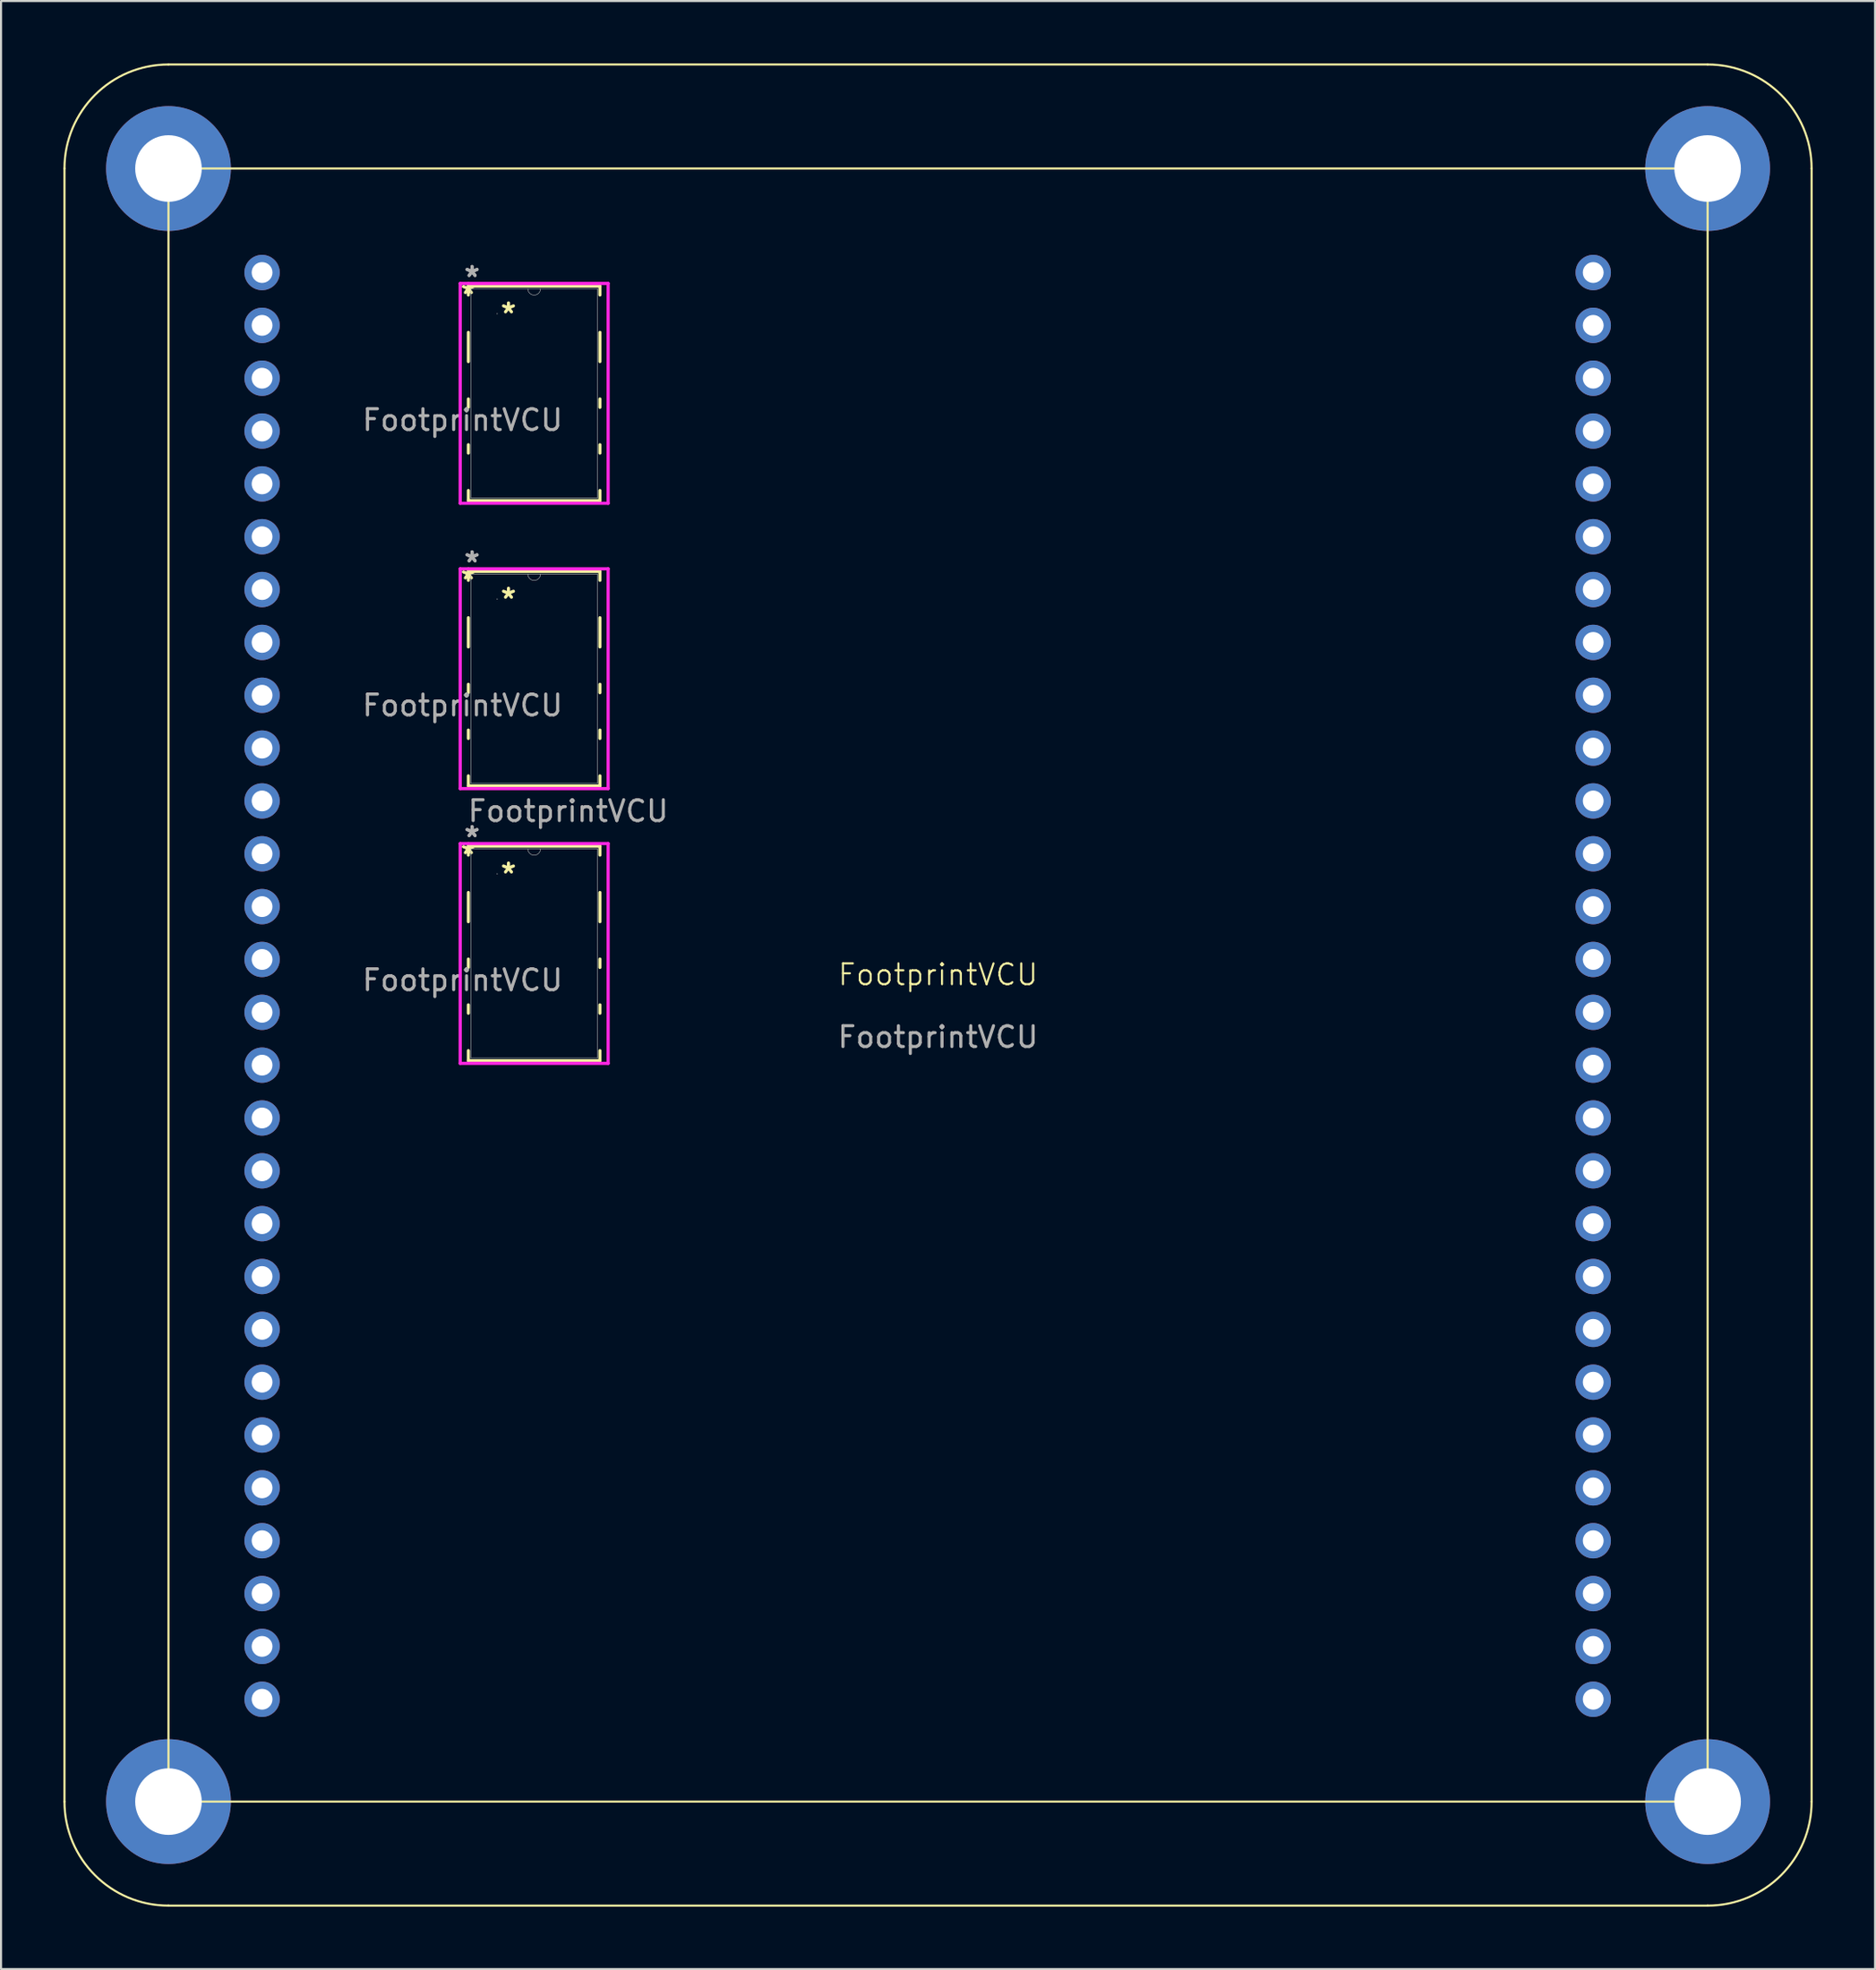
<source format=kicad_pcb>
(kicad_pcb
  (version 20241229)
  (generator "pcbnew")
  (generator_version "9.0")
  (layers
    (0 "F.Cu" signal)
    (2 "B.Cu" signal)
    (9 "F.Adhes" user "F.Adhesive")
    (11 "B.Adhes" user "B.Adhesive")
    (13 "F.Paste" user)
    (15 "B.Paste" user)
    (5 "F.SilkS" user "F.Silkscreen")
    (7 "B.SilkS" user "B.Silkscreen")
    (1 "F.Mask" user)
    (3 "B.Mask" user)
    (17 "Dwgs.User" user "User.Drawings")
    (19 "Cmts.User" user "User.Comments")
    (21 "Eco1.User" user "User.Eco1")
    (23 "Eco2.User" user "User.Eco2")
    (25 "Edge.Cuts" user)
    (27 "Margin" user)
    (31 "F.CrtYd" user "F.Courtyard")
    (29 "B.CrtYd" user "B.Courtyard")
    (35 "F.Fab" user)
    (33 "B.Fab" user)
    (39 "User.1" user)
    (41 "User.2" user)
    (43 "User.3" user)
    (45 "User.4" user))
  (footprint "FootprintVCU"
    (layer "F.Cu")
    (at 42.05 44.3)
    (property "Reference" "FootprintVCU" (at 0 -0.5 0) (unlocked yes) (layer "F.SilkS") (effects (font (size 1 1) (thickness 0.1))))
    (attr through_hole)
    (fp_line (start -42 -39.25) (end -42 39.25) (stroke (width 0.1) (type default)) (layer "F.SilkS"))
    (fp_line (start -37 44.25) (end 37 44.25) (stroke (width 0.1) (type default)) (layer "F.SilkS"))
    (fp_line (start -22.581 -33.598) (end -22.581 -33.172) (stroke (width 0.152) (type solid)) (layer "F.SilkS"))
    (fp_line (start -22.581 -31.371) (end -22.581 -29.972) (stroke (width 0.152) (type solid)) (layer "F.SilkS"))
    (fp_line (start -22.581 -28.171) (end -22.581 -27.772) (stroke (width 0.152) (type solid)) (layer "F.SilkS"))
    (fp_line (start -22.581 -25.971) (end -22.581 -25.572) (stroke (width 0.152) (type solid)) (layer "F.SilkS"))
    (fp_line (start -22.581 -23.771) (end -22.581 -23.286) (stroke (width 0.152) (type solid)) (layer "F.SilkS"))
    (fp_line (start -22.581 -23.286) (end -16.256 -23.286) (stroke (width 0.152) (type solid)) (layer "F.SilkS"))
    (fp_line (start -22.581 -19.882) (end -22.581 -19.456) (stroke (width 0.152) (type solid)) (layer "F.SilkS"))
    (fp_line (start -22.581 -17.655) (end -22.581 -16.256) (stroke (width 0.152) (type solid)) (layer "F.SilkS"))
    (fp_line (start -22.581 -14.455) (end -22.581 -14.056) (stroke (width 0.152) (type solid)) (layer "F.SilkS"))
    (fp_line (start -22.581 -12.255) (end -22.581 -11.856) (stroke (width 0.152) (type solid)) (layer "F.SilkS"))
    (fp_line (start -22.581 -10.055) (end -22.581 -9.57) (stroke (width 0.152) (type solid)) (layer "F.SilkS"))
    (fp_line (start -22.581 -9.57) (end -16.256 -9.57) (stroke (width 0.152) (type solid)) (layer "F.SilkS"))
    (fp_line (start -22.581 -6.674) (end -22.581 -6.248) (stroke (width 0.152) (type solid)) (layer "F.SilkS"))
    (fp_line (start -22.581 -4.447) (end -22.581 -3.048) (stroke (width 0.152) (type solid)) (layer "F.SilkS"))
    (fp_line (start -22.581 -1.247) (end -22.581 -0.848) (stroke (width 0.152) (type solid)) (layer "F.SilkS"))
    (fp_line (start -22.581 0.953) (end -22.581 1.352) (stroke (width 0.152) (type solid)) (layer "F.SilkS"))
    (fp_line (start -22.581 3.153) (end -22.581 3.638) (stroke (width 0.152) (type solid)) (layer "F.SilkS"))
    (fp_line (start -22.581 3.638) (end -16.256 3.638) (stroke (width 0.152) (type solid)) (layer "F.SilkS"))
    (fp_line (start -16.256 -33.598) (end -22.581 -33.598) (stroke (width 0.152) (type solid)) (layer "F.SilkS"))
    (fp_line (start -16.256 -33.172) (end -16.256 -33.598) (stroke (width 0.152) (type solid)) (layer "F.SilkS"))
    (fp_line (start -16.256 -29.972) (end -16.256 -31.371) (stroke (width 0.152) (type solid)) (layer "F.SilkS"))
    (fp_line (start -16.256 -27.772) (end -16.256 -28.171) (stroke (width 0.152) (type solid)) (layer "F.SilkS"))
    (fp_line (start -16.256 -25.572) (end -16.256 -25.971) (stroke (width 0.152) (type solid)) (layer "F.SilkS"))
    (fp_line (start -16.256 -23.286) (end -16.256 -23.771) (stroke (width 0.152) (type solid)) (layer "F.SilkS"))
    (fp_line (start -16.256 -19.882) (end -22.581 -19.882) (stroke (width 0.152) (type solid)) (layer "F.SilkS"))
    (fp_line (start -16.256 -19.456) (end -16.256 -19.882) (stroke (width 0.152) (type solid)) (layer "F.SilkS"))
    (fp_line (start -16.256 -16.256) (end -16.256 -17.655) (stroke (width 0.152) (type solid)) (layer "F.SilkS"))
    (fp_line (start -16.256 -14.056) (end -16.256 -14.455) (stroke (width 0.152) (type solid)) (layer "F.SilkS"))
    (fp_line (start -16.256 -11.856) (end -16.256 -12.255) (stroke (width 0.152) (type solid)) (layer "F.SilkS"))
    (fp_line (start -16.256 -9.57) (end -16.256 -10.055) (stroke (width 0.152) (type solid)) (layer "F.SilkS"))
    (fp_line (start -16.256 -6.674) (end -22.581 -6.674) (stroke (width 0.152) (type solid)) (layer "F.SilkS"))
    (fp_line (start -16.256 -6.248) (end -16.256 -6.674) (stroke (width 0.152) (type solid)) (layer "F.SilkS"))
    (fp_line (start -16.256 -3.048) (end -16.256 -4.447) (stroke (width 0.152) (type solid)) (layer "F.SilkS"))
    (fp_line (start -16.256 -0.848) (end -16.256 -1.247) (stroke (width 0.152) (type solid)) (layer "F.SilkS"))
    (fp_line (start -16.256 1.352) (end -16.256 0.953) (stroke (width 0.152) (type solid)) (layer "F.SilkS"))
    (fp_line (start -16.256 3.638) (end -16.256 3.153) (stroke (width 0.152) (type solid)) (layer "F.SilkS"))
    (fp_line (start 37 -44.25) (end -37 -44.25) (stroke (width 0.1) (type default)) (layer "F.SilkS"))
    (fp_line (start 42 39.25) (end 42 -39.25) (stroke (width 0.1) (type default)) (layer "F.SilkS"))
    (fp_rect (start -37 -39.25) (end 37 39.25) (stroke (width 0.1) (type default)) (fill no) (layer "F.SilkS"))
    (fp_arc (start -42 -39.25) (mid -40.535534 -42.785534) (end -37 -44.25) (stroke (width 0.1) (type default)) (layer "F.SilkS"))
    (fp_arc (start -37 44.25) (mid -40.535534 42.785534) (end -42 39.25) (stroke (width 0.1) (type default)) (layer "F.SilkS"))
    (fp_arc (start 37 -44.25) (mid 40.535534 -42.785534) (end 42 -39.25) (stroke (width 0.1) (type default)) (layer "F.SilkS"))
    (fp_arc (start 42 39.25) (mid 40.535534 42.785534) (end 37 44.25) (stroke (width 0.1) (type default)) (layer "F.SilkS"))
    (fp_line (start -22.974 -33.725) (end -15.862 -33.725) (stroke (width 0.152) (type solid)) (layer "F.CrtYd"))
    (fp_line (start -22.974 -23.159) (end -22.974 -33.725) (stroke (width 0.152) (type solid)) (layer "F.CrtYd"))
    (fp_line (start -22.974 -20.009) (end -15.862 -20.009) (stroke (width 0.152) (type solid)) (layer "F.CrtYd"))
    (fp_line (start -22.974 -9.443) (end -22.974 -20.009) (stroke (width 0.152) (type solid)) (layer "F.CrtYd"))
    (fp_line (start -22.974 -6.801) (end -15.862 -6.801) (stroke (width 0.152) (type solid)) (layer "F.CrtYd"))
    (fp_line (start -22.974 3.765) (end -22.974 -6.801) (stroke (width 0.152) (type solid)) (layer "F.CrtYd"))
    (fp_line (start -15.862 -33.725) (end -15.862 -23.159) (stroke (width 0.152) (type solid)) (layer "F.CrtYd"))
    (fp_line (start -15.862 -23.159) (end -22.974 -23.159) (stroke (width 0.152) (type solid)) (layer "F.CrtYd"))
    (fp_line (start -15.862 -20.009) (end -15.862 -9.443) (stroke (width 0.152) (type solid)) (layer "F.CrtYd"))
    (fp_line (start -15.862 -9.443) (end -22.974 -9.443) (stroke (width 0.152) (type solid)) (layer "F.CrtYd"))
    (fp_line (start -15.862 -6.801) (end -15.862 3.765) (stroke (width 0.152) (type solid)) (layer "F.CrtYd"))
    (fp_line (start -15.862 3.765) (end -22.974 3.765) (stroke (width 0.152) (type solid)) (layer "F.CrtYd"))
    (fp_line (start -22.454 -33.471) (end -22.454 -23.413) (stroke (width 0.025) (type solid)) (layer "F.Fab"))
    (fp_line (start -22.454 -23.413) (end -16.383 -23.413) (stroke (width 0.025) (type solid)) (layer "F.Fab"))
    (fp_line (start -22.454 -19.755) (end -22.454 -9.697) (stroke (width 0.025) (type solid)) (layer "F.Fab"))
    (fp_line (start -22.454 -9.697) (end -16.383 -9.697) (stroke (width 0.025) (type solid)) (layer "F.Fab"))
    (fp_line (start -22.454 -6.547) (end -22.454 3.511) (stroke (width 0.025) (type solid)) (layer "F.Fab"))
    (fp_line (start -22.454 3.511) (end -16.383 3.511) (stroke (width 0.025) (type solid)) (layer "F.Fab"))
    (fp_line (start -16.383 -33.471) (end -22.454 -33.471) (stroke (width 0.025) (type solid)) (layer "F.Fab"))
    (fp_line (start -16.383 -23.413) (end -16.383 -33.471) (stroke (width 0.025) (type solid)) (layer "F.Fab"))
    (fp_line (start -16.383 -19.755) (end -22.454 -19.755) (stroke (width 0.025) (type solid)) (layer "F.Fab"))
    (fp_line (start -16.383 -9.697) (end -16.383 -19.755) (stroke (width 0.025) (type solid)) (layer "F.Fab"))
    (fp_line (start -16.383 -6.547) (end -22.454 -6.547) (stroke (width 0.025) (type solid)) (layer "F.Fab"))
    (fp_line (start -16.383 3.511) (end -16.383 -6.547) (stroke (width 0.025) (type solid)) (layer "F.Fab"))
    (fp_arc (start -19.1135 -33.471336) (mid -19.4183 -33.166536) (end -19.7231 -33.471336) (stroke (width 0.0254) (type solid)) (layer "F.Fab"))
    (fp_arc (start -19.1135 -19.755336) (mid -19.4183 -19.450536) (end -19.7231 -19.755336) (stroke (width 0.0254) (type solid)) (layer "F.Fab"))
    (fp_arc (start -19.1135 -6.547336) (mid -19.4183 -6.242536) (end -19.7231 -6.547336) (stroke (width 0.0254) (type solid)) (layer "F.Fab"))
    (fp_circle (center -21.196 -32.271) (end -21.196 -32.271) (stroke (width 0.025) (type solid)) (fill no) (layer "F.Fab"))
    (fp_circle (center -21.196 -18.555) (end -21.196 -18.555) (stroke (width 0.025) (type solid)) (fill no) (layer "F.Fab"))
    (fp_circle (center -21.196 -5.347) (end -21.196 -5.347) (stroke (width 0.025) (type solid)) (fill no) (layer "F.Fab"))
    (fp_text user "*" (at -22.581 -19.456 0) (unlocked yes) (layer "F.SilkS") (effects (font (size 1 1) (thickness 0.15))))
    (fp_text user "*" (at -20.653 -32.244 0) (layer "F.SilkS") (effects (font (size 1 1) (thickness 0.15))))
    (fp_text user "*" (at -20.653 -18.528 0) (layer "F.SilkS") (effects (font (size 1 1) (thickness 0.15))))
    (fp_text user "*" (at -22.581 -6.248 0) (unlocked yes) (layer "F.SilkS") (effects (font (size 1 1) (thickness 0.15))))
    (fp_text user "*" (at -20.653 -5.32 0) (layer "F.SilkS") (effects (font (size 1 1) (thickness 0.15))))
    (fp_text user "*" (at -22.581 -33.172 0) (unlocked yes) (layer "F.SilkS") (effects (font (size 1 1) (thickness 0.15))))
    (fp_text user "*" (at -22.403 -33.994 0) (layer "F.Fab") (effects (font (size 1 1) (thickness 0.15))))
    (fp_text user "*" (at -22.403 -7.07 0) (unlocked yes) (layer "F.Fab") (effects (font (size 1 1) (thickness 0.15))))
    (fp_text user "*" (at -22.403 -20.278 0) (unlocked yes) (layer "F.Fab") (effects (font (size 1 1) (thickness 0.15))))
    (fp_text user "${REFERENCE}" (at -22.86 -0.235 0) (unlocked yes) (layer "F.Fab") (effects (font (size 1 1) (thickness 0.15))))
    (fp_text user "*" (at -22.403 -7.07 0) (layer "F.Fab") (effects (font (size 1 1) (thickness 0.15))))
    (fp_text user "${REFERENCE}" (at -22.86 -27.159 0) (unlocked yes) (layer "F.Fab") (effects (font (size 1 1) (thickness 0.15))))
    (fp_text user "${REFERENCE}" (at 0 2.5 0) (unlocked yes) (layer "F.Fab") (effects (font (size 1 1) (thickness 0.15))))
    (fp_text user "${REFERENCE}" (at -22.86 -13.443 0) (unlocked yes) (layer "F.Fab") (effects (font (size 1 1) (thickness 0.15))))
    (fp_text user "*" (at -22.403 -20.278 0) (layer "F.Fab") (effects (font (size 1 1) (thickness 0.15))))
    (fp_text user "*" (at -22.403 -33.994 0) (unlocked yes) (layer "F.Fab") (effects (font (size 1 1) (thickness 0.15))))
    (fp_text user "${REFERENCE}" (at -17.78 -8.363 0) (unlocked yes) (layer "F.Fab") (effects (font (size 1 1) (thickness 0.15))))
    (pad "1" thru_hole circle (at -32.5 -34.25) (size 1.7 1.7) (drill 1) (layers "*.Cu" "*.Mask"))
    (pad "2" thru_hole circle (at -32.5 -31.71) (size 1.7 1.7) (drill 1) (layers "*.Cu" "*.Mask"))
    (pad "3" thru_hole circle (at -32.5 -29.17) (size 1.7 1.7) (drill 1) (layers "*.Cu" "*.Mask"))
    (pad "4" thru_hole circle (at -32.5 -26.63) (size 1.7 1.7) (drill 1) (layers "*.Cu" "*.Mask"))
    (pad "5" thru_hole circle (at -32.5 -24.09) (size 1.7 1.7) (drill 1) (layers "*.Cu" "*.Mask"))
    (pad "6" thru_hole circle (at -32.5 -21.55) (size 1.7 1.7) (drill 1) (layers "*.Cu" "*.Mask"))
    (pad "7" thru_hole circle (at -32.5 -19.01) (size 1.7 1.7) (drill 1) (layers "*.Cu" "*.Mask"))
    (pad "8" thru_hole circle (at -32.5 -16.47) (size 1.7 1.7) (drill 1) (layers "*.Cu" "*.Mask"))
    (pad "9" thru_hole circle (at -32.5 -13.93) (size 1.7 1.7) (drill 1) (layers "*.Cu" "*.Mask"))
    (pad "10" thru_hole circle (at -32.5 -11.39) (size 1.7 1.7) (drill 1) (layers "*.Cu" "*.Mask"))
    (pad "11" thru_hole circle (at -32.5 -8.85) (size 1.7 1.7) (drill 1) (layers "*.Cu" "*.Mask"))
    (pad "12" thru_hole circle (at -32.5 -6.31) (size 1.7 1.7) (drill 1) (layers "*.Cu" "*.Mask"))
    (pad "13" thru_hole circle (at -32.5 -3.77) (size 1.7 1.7) (drill 1) (layers "*.Cu" "*.Mask"))
    (pad "14" thru_hole circle (at -32.5 -1.23) (size 1.7 1.7) (drill 1) (layers "*.Cu" "*.Mask"))
    (pad "15" thru_hole circle (at -32.5 1.31) (size 1.7 1.7) (drill 1) (layers "*.Cu" "*.Mask"))
    (pad "16" thru_hole circle (at -32.5 3.85) (size 1.7 1.7) (drill 1) (layers "*.Cu" "*.Mask"))
    (pad "17" thru_hole circle (at -32.5 6.39) (size 1.7 1.7) (drill 1) (layers "*.Cu" "*.Mask"))
    (pad "18" thru_hole circle (at -32.5 8.93) (size 1.7 1.7) (drill 1) (layers "*.Cu" "*.Mask"))
    (pad "19" thru_hole circle (at -32.5 11.47) (size 1.7 1.7) (drill 1) (layers "*.Cu" "*.Mask"))
    (pad "20" thru_hole circle (at -32.5 14.01) (size 1.7 1.7) (drill 1) (layers "*.Cu" "*.Mask"))
    (pad "21" thru_hole circle (at -32.5 16.55) (size 1.7 1.7) (drill 1) (layers "*.Cu" "*.Mask"))
    (pad "22" thru_hole circle (at -32.5 19.09) (size 1.7 1.7) (drill 1) (layers "*.Cu" "*.Mask"))
    (pad "23" thru_hole circle (at -32.5 21.63) (size 1.7 1.7) (drill 1) (layers "*.Cu" "*.Mask"))
    (pad "24" thru_hole circle (at -32.5 24.17) (size 1.7 1.7) (drill 1) (layers "*.Cu" "*.Mask"))
    (pad "25" thru_hole circle (at -32.5 26.71) (size 1.7 1.7) (drill 1) (layers "*.Cu" "*.Mask"))
    (pad "26" thru_hole circle (at -32.5 29.25) (size 1.7 1.7) (drill 1) (layers "*.Cu" "*.Mask"))
    (pad "27" thru_hole circle (at -32.5 31.79) (size 1.7 1.7) (drill 1) (layers "*.Cu" "*.Mask"))
    (pad "28" thru_hole circle (at -32.5 34.33) (size 1.7 1.7) (drill 1) (layers "*.Cu" "*.Mask"))
    (pad "29" thru_hole circle (at 31.5 -34.25) (size 1.7 1.7) (drill 1) (layers "*.Cu" "*.Mask"))
    (pad "30" thru_hole circle (at 31.5 -31.71) (size 1.7 1.7) (drill 1) (layers "*.Cu" "*.Mask"))
    (pad "31" thru_hole circle (at 31.5 -29.17) (size 1.7 1.7) (drill 1) (layers "*.Cu" "*.Mask"))
    (pad "32" thru_hole circle (at 31.5 -26.63) (size 1.7 1.7) (drill 1) (layers "*.Cu" "*.Mask"))
    (pad "33" thru_hole circle (at 31.5 -24.09) (size 1.7 1.7) (drill 1) (layers "*.Cu" "*.Mask"))
    (pad "34" thru_hole circle (at 31.5 -21.55) (size 1.7 1.7) (drill 1) (layers "*.Cu" "*.Mask"))
    (pad "35" thru_hole circle (at 31.5 -19.01) (size 1.7 1.7) (drill 1) (layers "*.Cu" "*.Mask"))
    (pad "36" thru_hole circle (at 31.5 -16.47) (size 1.7 1.7) (drill 1) (layers "*.Cu" "*.Mask"))
    (pad "37" thru_hole circle (at 31.5 -13.93) (size 1.7 1.7) (drill 1) (layers "*.Cu" "*.Mask"))
    (pad "38" thru_hole circle (at 31.5 -11.39) (size 1.7 1.7) (drill 1) (layers "*.Cu" "*.Mask"))
    (pad "39" thru_hole circle (at 31.5 -8.85) (size 1.7 1.7) (drill 1) (layers "*.Cu" "*.Mask"))
    (pad "40" thru_hole circle (at 31.5 -6.31) (size 1.7 1.7) (drill 1) (layers "*.Cu" "*.Mask"))
    (pad "41" thru_hole circle (at 31.5 -3.77) (size 1.7 1.7) (drill 1) (layers "*.Cu" "*.Mask"))
    (pad "42" thru_hole circle (at 31.5 -1.23) (size 1.7 1.7) (drill 1) (layers "*.Cu" "*.Mask"))
    (pad "43" thru_hole circle (at 31.5 1.31) (size 1.7 1.7) (drill 1) (layers "*.Cu" "*.Mask"))
    (pad "44" thru_hole circle (at 31.5 3.85) (size 1.7 1.7) (drill 1) (layers "*.Cu" "*.Mask"))
    (pad "45" thru_hole circle (at 31.5 6.39) (size 1.7 1.7) (drill 1) (layers "*.Cu" "*.Mask"))
    (pad "46" thru_hole circle (at 31.5 8.93) (size 1.7 1.7) (drill 1) (layers "*.Cu" "*.Mask"))
    (pad "47" thru_hole circle (at 31.5 11.47) (size 1.7 1.7) (drill 1) (layers "*.Cu" "*.Mask"))
    (pad "48" thru_hole circle (at 31.5 14.01) (size 1.7 1.7) (drill 1) (layers "*.Cu" "*.Mask"))
    (pad "49" thru_hole circle (at 31.5 16.55) (size 1.7 1.7) (drill 1) (layers "*.Cu" "*.Mask"))
    (pad "50" thru_hole circle (at 31.5 19.09) (size 1.7 1.7) (drill 1) (layers "*.Cu" "*.Mask"))
    (pad "51" thru_hole circle (at 31.5 21.63) (size 1.7 1.7) (drill 1) (layers "*.Cu" "*.Mask"))
    (pad "52" thru_hole circle (at 31.5 24.17) (size 1.7 1.7) (drill 1) (layers "*.Cu" "*.Mask"))
    (pad "53" thru_hole circle (at 31.5 26.71) (size 1.7 1.7) (drill 1) (layers "*.Cu" "*.Mask"))
    (pad "54" thru_hole circle (at 31.5 29.25) (size 1.7 1.7) (drill 1) (layers "*.Cu" "*.Mask"))
    (pad "55" thru_hole circle (at 31.5 31.79) (size 1.7 1.7) (drill 1) (layers "*.Cu" "*.Mask"))
    (pad "56" thru_hole circle (at 31.5 34.33) (size 1.7 1.7) (drill 1) (layers "*.Cu" "*.Mask"))
    (pad "57" thru_hole circle (at -37 39.25) (size 6 6) (drill 3.2) (layers "*.Cu" "*.Mask"))
    (pad "58" thru_hole circle (at 37 39.25) (size 6 6) (drill 3.2) (layers "*.Cu" "*.Mask"))
    (pad "59" thru_hole circle (at 37 -39.25) (size 6 6) (drill 3.2) (layers "*.Cu" "*.Mask"))
    (pad "60" thru_hole circle (at -37 -39.25) (size 6 6) (drill 3.2) (layers "*.Cu" "*.Mask")))
  (gr_rect
    (start -3 -3)
    (end 87.1 91.6)
    (stroke (width 0.1) (type default))
    (fill no)
    (layer "Edge.Cuts")))
</source>
